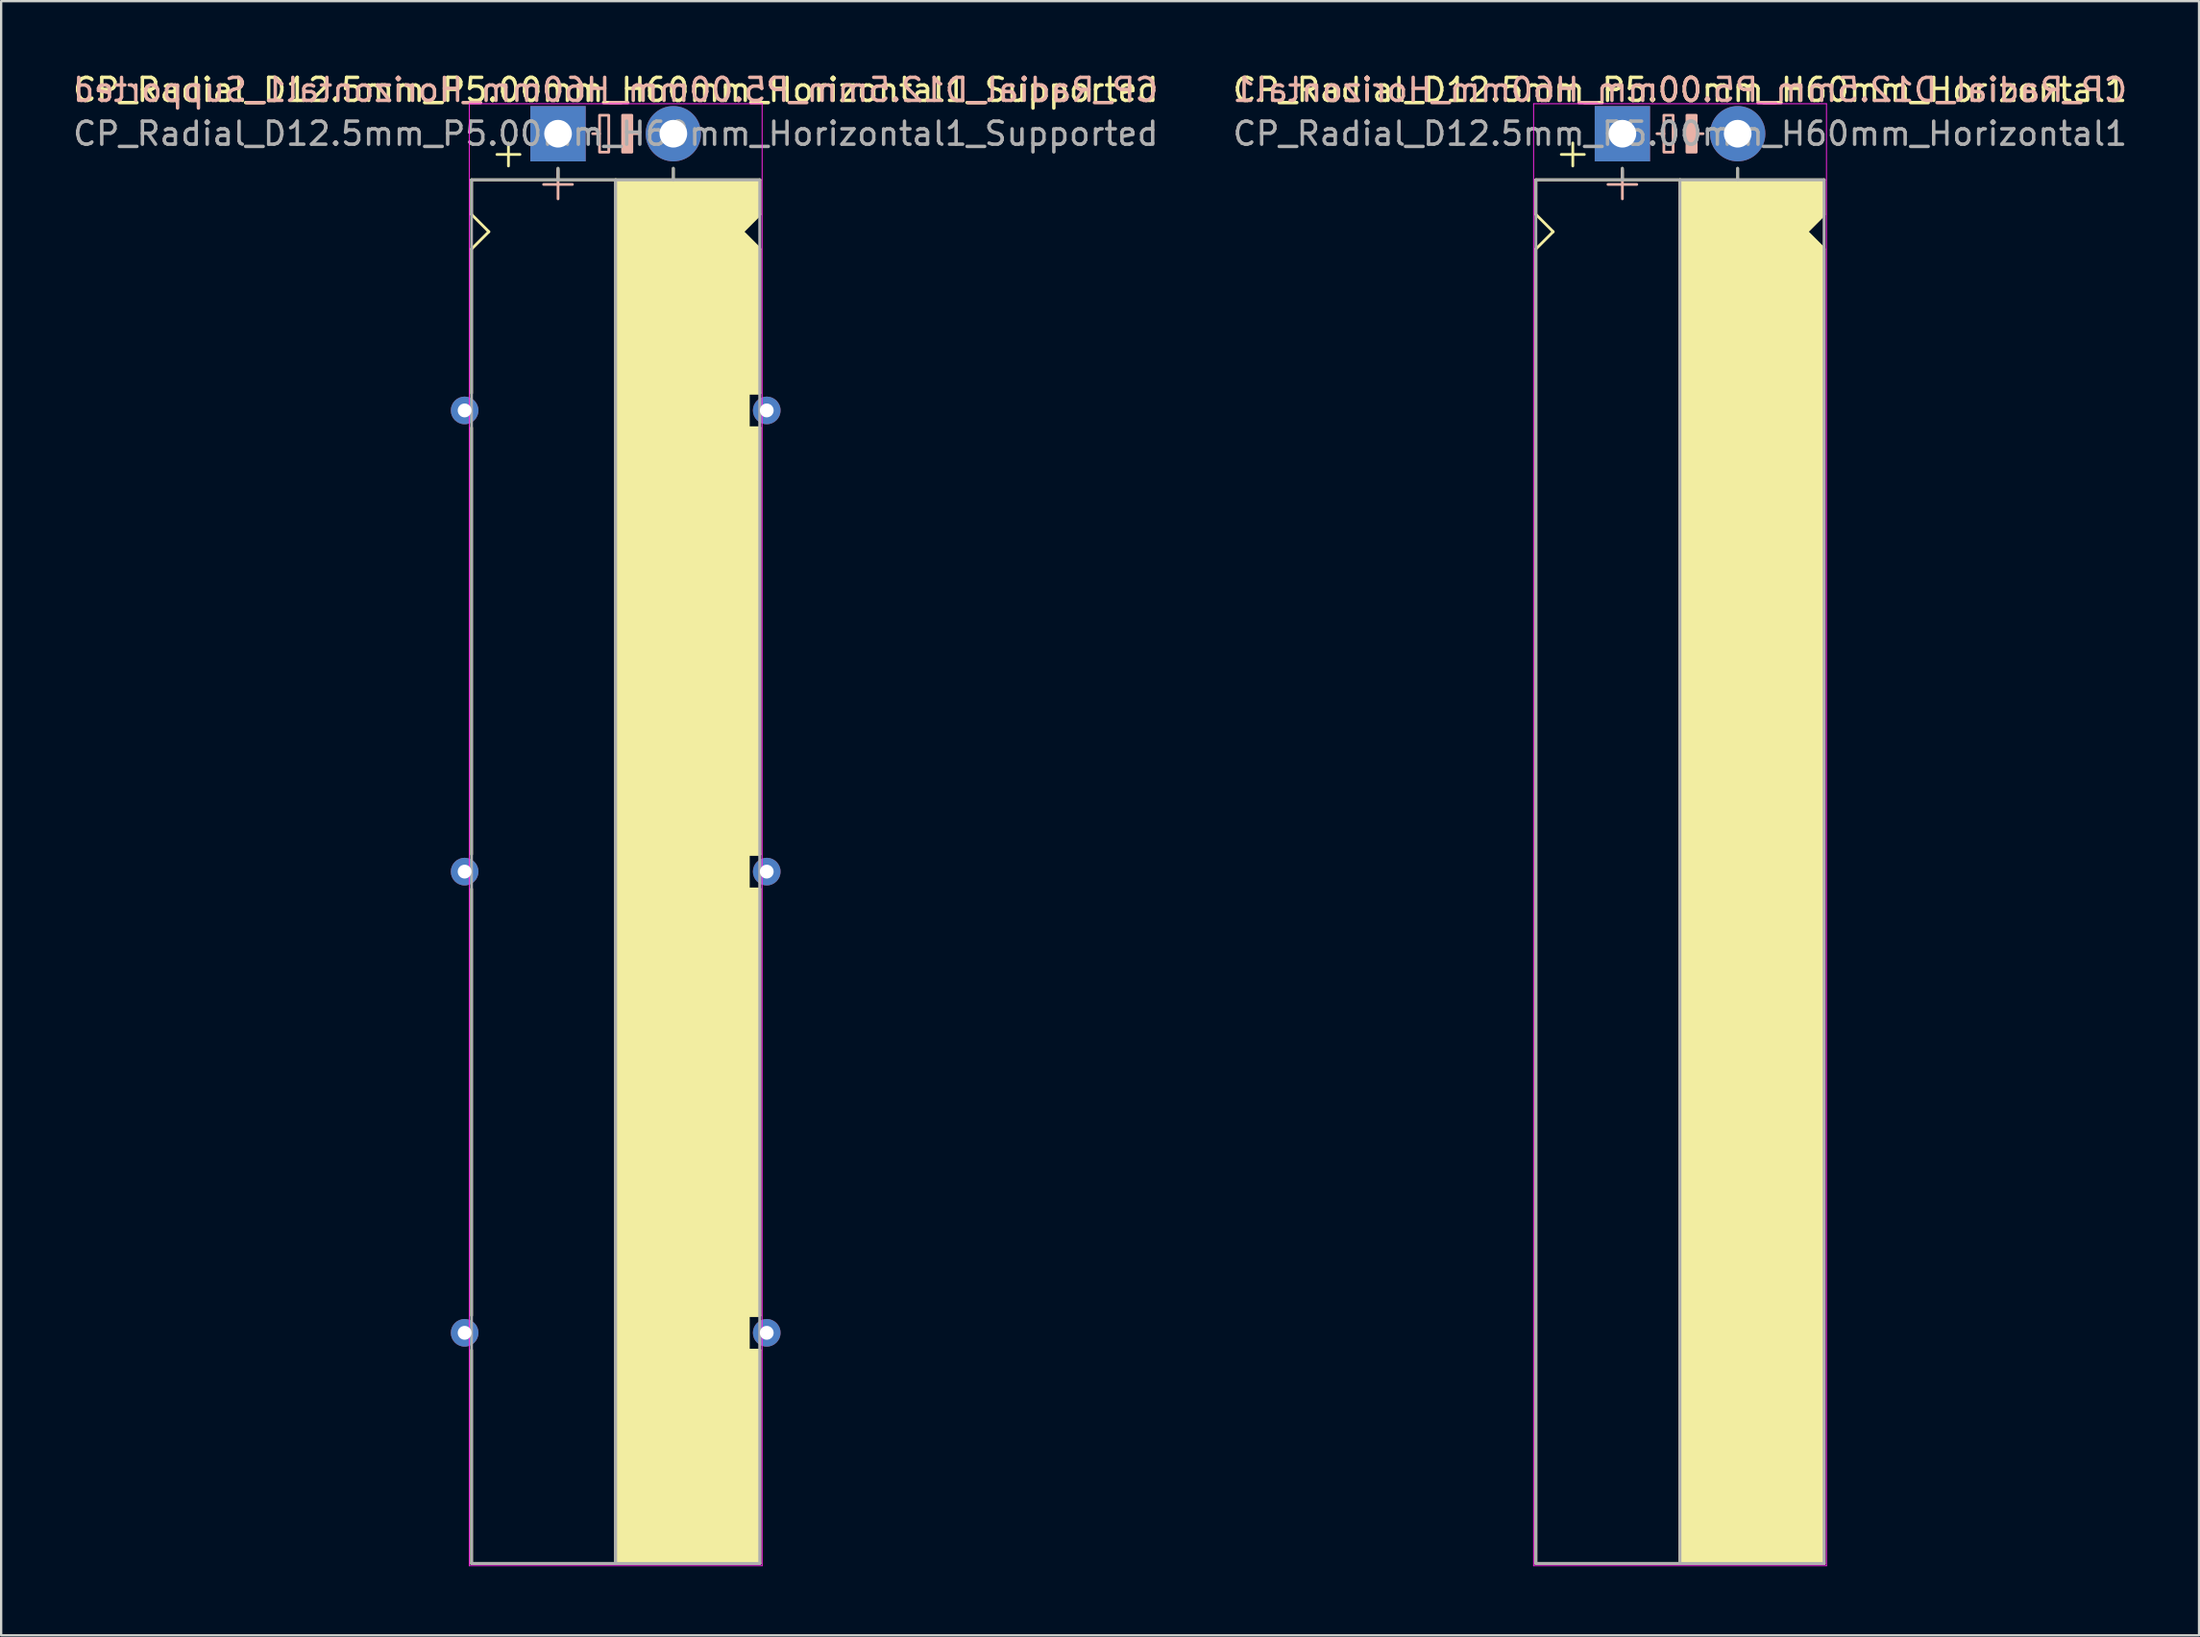
<source format=kicad_pcb>
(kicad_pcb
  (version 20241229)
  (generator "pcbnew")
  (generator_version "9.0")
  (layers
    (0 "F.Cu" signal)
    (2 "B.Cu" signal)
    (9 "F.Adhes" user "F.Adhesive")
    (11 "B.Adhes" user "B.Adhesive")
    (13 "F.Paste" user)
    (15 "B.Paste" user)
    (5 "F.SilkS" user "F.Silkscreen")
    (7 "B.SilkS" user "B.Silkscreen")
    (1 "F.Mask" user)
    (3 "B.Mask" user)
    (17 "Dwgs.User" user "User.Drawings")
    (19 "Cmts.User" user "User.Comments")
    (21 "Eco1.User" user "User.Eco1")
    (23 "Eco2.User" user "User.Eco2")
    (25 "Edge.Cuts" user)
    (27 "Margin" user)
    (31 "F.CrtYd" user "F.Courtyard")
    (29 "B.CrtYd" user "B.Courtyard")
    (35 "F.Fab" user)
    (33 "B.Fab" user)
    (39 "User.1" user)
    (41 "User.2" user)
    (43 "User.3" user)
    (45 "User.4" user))
  (footprint "CP_Radial_D12.5mm_P5.00mm_H60mm_Horizontal1"
    (layer "F.Cu")
    (at 67.304 2.748)
    (property "Reference" "CP_Radial_D12.5mm_P5.00mm_H60mm_Horizontal1" (at 2.5 -1.9 180) (layer "F.SilkS") (effects (font (size 1 1) (thickness 0.15))))
    (fp_line (start -3.75 2) (end -3.75 3.5) (stroke (width 0.12) (type solid)) (layer "F.SilkS"))
    (fp_line (start -3.75 3.5) (end -3 4.25) (stroke (width 0.12) (type solid)) (layer "F.SilkS"))
    (fp_line (start -3.75 5) (end -3.75 62) (stroke (width 0.12) (type solid)) (layer "F.SilkS"))
    (fp_line (start -3 4.25) (end -3.75 5) (stroke (width 0.12) (type solid)) (layer "F.SilkS"))
    (fp_line (start -2.15 0.4) (end -2.15 1.4) (stroke (width 0.12) (type solid)) (layer "F.SilkS"))
    (fp_line (start -1.65 0.9) (end -2.65 0.9) (stroke (width 0.12) (type solid)) (layer "F.SilkS"))
    (fp_line (start 0 1.5) (end 0 2) (stroke (width 0.12) (type solid)) (layer "F.SilkS"))
    (fp_line (start 2.5 2) (end -3.75 2) (stroke (width 0.12) (type solid)) (layer "F.SilkS"))
    (fp_line (start 2.5 2) (end 2.5 62) (stroke (width 0.12) (type solid)) (layer "F.SilkS"))
    (fp_line (start 2.5 2) (end 8.75 2) (stroke (width 0.12) (type solid)) (layer "F.SilkS"))
    (fp_line (start 5 1.5) (end 5 2) (stroke (width 0.12) (type solid)) (layer "F.SilkS"))
    (fp_line (start 8 4.25) (end 8.75 5) (stroke (width 0.12) (type solid)) (layer "F.SilkS"))
    (fp_line (start 8.75 2) (end 8.75 3.5) (stroke (width 0.12) (type solid)) (layer "F.SilkS"))
    (fp_line (start 8.75 3.5) (end 8 4.25) (stroke (width 0.12) (type solid)) (layer "F.SilkS"))
    (fp_line (start 8.75 5) (end 8.75 62) (stroke (width 0.12) (type solid)) (layer "F.SilkS"))
    (fp_line (start 8.75 62) (end -3.75 62) (stroke (width 0.12) (type solid)) (layer "F.SilkS"))
    (fp_poly (pts (xy 8.75 3.5) (xy 8 4.25) (xy 8.75 5) (xy 8.75 62) (xy 2.5 62) (xy 2.5 2) (xy 8.75 2)) (stroke (width 0.1) (type solid)) (fill yes) (layer "F.SilkS"))
    (fp_line (start 0 1.575) (end 0 2.825) (stroke (width 0.12) (type solid)) (layer "B.SilkS"))
    (fp_line (start 0.625 2.2) (end -0.625 2.2) (stroke (width 0.12) (type solid)) (layer "B.SilkS"))
    (fp_line (start 1.8 0) (end 1.5 0) (stroke (width 0.12) (type solid)) (layer "B.SilkS"))
    (fp_line (start 3.5 0) (end 3.2 0) (stroke (width 0.12) (type solid)) (layer "B.SilkS"))
    (fp_rect (start 2.2 -0.8) (end 1.8 0.8) (stroke (width 0.12) (type solid)) (fill no) (layer "B.SilkS"))
    (fp_rect (start 3.2 -0.8) (end 2.8 0.8) (stroke (width 0.12) (type solid)) (fill yes) (layer "B.SilkS"))
    (fp_line (start -3.85 -1.3) (end 8.85 -1.3) (stroke (width 0.04) (type solid)) (layer "F.CrtYd"))
    (fp_line (start -3.85 62.1) (end -3.85 -1.3) (stroke (width 0.04) (type solid)) (layer "F.CrtYd"))
    (fp_line (start 8.85 -1.3) (end 8.85 62.1) (stroke (width 0.04) (type solid)) (layer "F.CrtYd"))
    (fp_line (start 8.85 62.1) (end -3.85 62.1) (stroke (width 0.04) (type solid)) (layer "F.CrtYd"))
    (fp_line (start -3.75 2) (end -3.75 62) (stroke (width 0.12) (type solid)) (layer "F.Fab"))
    (fp_line (start -3.75 62) (end 8.75 62) (stroke (width 0.12) (type solid)) (layer "F.Fab"))
    (fp_line (start 0 1.5) (end 0 2) (stroke (width 0.12) (type solid)) (layer "F.Fab"))
    (fp_line (start 0 2) (end -3.75 2) (stroke (width 0.12) (type solid)) (layer "F.Fab"))
    (fp_line (start 2.5 2) (end 2.5 62) (stroke (width 0.12) (type solid)) (layer "F.Fab"))
    (fp_line (start 5 2) (end 5 1.5) (stroke (width 0.12) (type solid)) (layer "F.Fab"))
    (fp_line (start 8.75 2) (end 0 2) (stroke (width 0.12) (type solid)) (layer "F.Fab"))
    (fp_line (start 8.75 62) (end 8.75 2) (stroke (width 0.12) (type solid)) (layer "F.Fab"))
    (fp_poly (pts (xy 8.75 62) (xy 2.5 62) (xy 2.5 2) (xy 8.75 2)) (stroke (width 0.1) (type solid)) (fill no) (layer "F.Fab"))
    (fp_text user "${REFERENCE}" (at 2.5 -1.9 0) (layer "B.SilkS") (effects (font (size 1 1) (thickness 0.15)) (justify mirror)))
    (fp_text user "${REFERENCE}" (at 2.5 0 0) (layer "F.Fab") (effects (font (size 1 1) (thickness 0.15))))
    (pad "1" thru_hole rect (at 0 0) (size 2.4 2.4) (drill 1.2) (layers "*.Cu" "*.Mask"))
    (pad "2" thru_hole circle (at 5 0) (size 2.4 2.4) (drill 1.2) (layers "*.Cu" "*.Mask")))
  (footprint "CP_Radial_D12.5mm_P5.00mm_H60mm_Horizontal1_Supported"
    (layer "F.Cu")
    (at 21.149 2.748)
    (property "Reference" "CP_Radial_D12.5mm_P5.00mm_H60mm_Horizontal1_Supported" (at 2.5 -1.9 180) (layer "F.SilkS") (effects (font (size 1 1) (thickness 0.15))))
    (fp_line (start -3.75 2) (end -3.75 3.5) (stroke (width 0.12) (type solid)) (layer "F.SilkS"))
    (fp_line (start -3.75 3.5) (end -3 4.25) (stroke (width 0.12) (type solid)) (layer "F.SilkS"))
    (fp_line (start -3.75 5) (end -3.75 11.25) (stroke (width 0.12) (type solid)) (layer "F.SilkS"))
    (fp_line (start -3.75 12.75) (end -3.75 31.25) (stroke (width 0.12) (type solid)) (layer "F.SilkS"))
    (fp_line (start -3.75 32.75) (end -3.75 51.25) (stroke (width 0.12) (type solid)) (layer "F.SilkS"))
    (fp_line (start -3.75 62) (end -3.75 52.75) (stroke (width 0.12) (type solid)) (layer "F.SilkS"))
    (fp_line (start -3 4.25) (end -3.75 5) (stroke (width 0.12) (type solid)) (layer "F.SilkS"))
    (fp_line (start -2.15 0.4) (end -2.15 1.4) (stroke (width 0.12) (type solid)) (layer "F.SilkS"))
    (fp_line (start -1.65 0.9) (end -2.65 0.9) (stroke (width 0.12) (type solid)) (layer "F.SilkS"))
    (fp_line (start 0 1.5) (end 0 2) (stroke (width 0.12) (type solid)) (layer "F.SilkS"))
    (fp_line (start 2.5 2) (end -3.75 2) (stroke (width 0.12) (type solid)) (layer "F.SilkS"))
    (fp_line (start 2.5 2) (end 2.5 62) (stroke (width 0.12) (type solid)) (layer "F.SilkS"))
    (fp_line (start 2.5 2) (end 8.75 2) (stroke (width 0.12) (type solid)) (layer "F.SilkS"))
    (fp_line (start 5 1.5) (end 5 2) (stroke (width 0.12) (type solid)) (layer "F.SilkS"))
    (fp_line (start 8 4.25) (end 8.75 5) (stroke (width 0.12) (type solid)) (layer "F.SilkS"))
    (fp_line (start 8.25 11.25) (end 8.75 11.25) (stroke (width 0.12) (type solid)) (layer "F.SilkS"))
    (fp_line (start 8.25 12.75) (end 8.25 11.25) (stroke (width 0.12) (type solid)) (layer "F.SilkS"))
    (fp_line (start 8.25 31.25) (end 8.75 31.25) (stroke (width 0.12) (type solid)) (layer "F.SilkS"))
    (fp_line (start 8.25 32.75) (end 8.25 31.25) (stroke (width 0.12) (type solid)) (layer "F.SilkS"))
    (fp_line (start 8.25 51.25) (end 8.75 51.25) (stroke (width 0.12) (type solid)) (layer "F.SilkS"))
    (fp_line (start 8.25 52.75) (end 8.25 51.25) (stroke (width 0.12) (type solid)) (layer "F.SilkS"))
    (fp_line (start 8.75 2) (end 8.75 3.5) (stroke (width 0.12) (type solid)) (layer "F.SilkS"))
    (fp_line (start 8.75 3.5) (end 8 4.25) (stroke (width 0.12) (type solid)) (layer "F.SilkS"))
    (fp_line (start 8.75 5) (end 8.75 11.25) (stroke (width 0.12) (type solid)) (layer "F.SilkS"))
    (fp_line (start 8.75 12.75) (end 8.25 12.75) (stroke (width 0.12) (type solid)) (layer "F.SilkS"))
    (fp_line (start 8.75 12.75) (end 8.75 31.25) (stroke (width 0.12) (type solid)) (layer "F.SilkS"))
    (fp_line (start 8.75 32.75) (end 8.25 32.75) (stroke (width 0.12) (type solid)) (layer "F.SilkS"))
    (fp_line (start 8.75 51.25) (end 8.75 32.75) (stroke (width 0.12) (type solid)) (layer "F.SilkS"))
    (fp_line (start 8.75 52.75) (end 8.25 52.75) (stroke (width 0.12) (type solid)) (layer "F.SilkS"))
    (fp_line (start 8.75 62) (end -3.75 62) (stroke (width 0.12) (type solid)) (layer "F.SilkS"))
    (fp_line (start 8.75 62) (end 8.75 52.75) (stroke (width 0.12) (type solid)) (layer "F.SilkS"))
    (fp_poly (pts (xy 8.75 3.5) (xy 8 4.25) (xy 8.75 5) (xy 8.75 11.25) (xy 8.25 11.25) (xy 8.25 12.75) (xy 8.75 12.75) (xy 8.75 31.25) (xy 8.25 31.25) (xy 8.25 32.75) (xy 8.75 32.75) (xy 8.75 51.25) (xy 8.25 51.25) (xy 8.25 52.75) (xy 8.75 52.75) (xy 8.75 62) (xy 2.5 62) (xy 2.5 2) (xy 8.75 2)) (stroke (width 0.1) (type solid)) (fill yes) (layer "F.SilkS"))
    (fp_line (start 0 1.575) (end 0 2.825) (stroke (width 0.12) (type solid)) (layer "B.SilkS"))
    (fp_line (start 0.625 2.2) (end -0.625 2.2) (stroke (width 0.12) (type solid)) (layer "B.SilkS"))
    (fp_line (start 1.8 0) (end 1.5 0) (stroke (width 0.12) (type solid)) (layer "B.SilkS"))
    (fp_line (start 3.5 0) (end 3.2 0) (stroke (width 0.12) (type solid)) (layer "B.SilkS"))
    (fp_rect (start 2.2 -0.8) (end 1.8 0.8) (stroke (width 0.12) (type solid)) (fill no) (layer "B.SilkS"))
    (fp_rect (start 3.2 -0.8) (end 2.8 0.8) (stroke (width 0.12) (type solid)) (fill yes) (layer "B.SilkS"))
    (fp_line (start -3.85 -1.3) (end 8.85 -1.3) (stroke (width 0.04) (type solid)) (layer "F.CrtYd"))
    (fp_line (start -3.85 62.1) (end -3.85 -1.3) (stroke (width 0.04) (type solid)) (layer "F.CrtYd"))
    (fp_line (start 8.85 -1.3) (end 8.85 62.1) (stroke (width 0.04) (type solid)) (layer "F.CrtYd"))
    (fp_line (start 8.85 62.1) (end -3.85 62.1) (stroke (width 0.04) (type solid)) (layer "F.CrtYd"))
    (fp_line (start -3.75 2) (end -3.75 62) (stroke (width 0.12) (type solid)) (layer "F.Fab"))
    (fp_line (start -3.75 62) (end 8.75 62) (stroke (width 0.12) (type solid)) (layer "F.Fab"))
    (fp_line (start 0 1.5) (end 0 2) (stroke (width 0.12) (type solid)) (layer "F.Fab"))
    (fp_line (start 0 2) (end -3.75 2) (stroke (width 0.12) (type solid)) (layer "F.Fab"))
    (fp_line (start 2.5 2) (end 2.5 62) (stroke (width 0.12) (type solid)) (layer "F.Fab"))
    (fp_line (start 5 2) (end 5 1.5) (stroke (width 0.12) (type solid)) (layer "F.Fab"))
    (fp_line (start 8.75 2) (end 0 2) (stroke (width 0.12) (type solid)) (layer "F.Fab"))
    (fp_line (start 8.75 62) (end 8.75 2) (stroke (width 0.12) (type solid)) (layer "F.Fab"))
    (fp_poly (pts (xy 8.75 62) (xy 2.5 62) (xy 2.5 2) (xy 8.75 2)) (stroke (width 0.1) (type solid)) (fill no) (layer "F.Fab"))
    (fp_text user "${REFERENCE}" (at 2.5 -1.9 0) (layer "B.SilkS") (effects (font (size 1 1) (thickness 0.15)) (justify mirror)))
    (fp_text user "${REFERENCE}" (at 2.5 0 0) (layer "F.Fab") (effects (font (size 1 1) (thickness 0.15))))
    (pad "1" thru_hole rect (at 0 0) (size 2.4 2.4) (drill 1.2) (layers "*.Cu" "*.Mask"))
    (pad "2" thru_hole circle (at 5 0) (size 2.4 2.4) (drill 1.2) (layers "*.Cu" "*.Mask"))
    (pad "~" thru_hole circle (at -4.05 12) (size 1.2 1.2) (drill 0.6) (layers "*.Cu" "*.Mask"))
    (pad "~" thru_hole circle (at -4.05 32) (size 1.2 1.2) (drill 0.6) (layers "*.Cu" "*.Mask"))
    (pad "~" thru_hole circle (at -4.05 52) (size 1.2 1.2) (drill 0.6) (layers "*.Cu" "*.Mask"))
    (pad "~" thru_hole circle (at 9.05 12) (size 1.2 1.2) (drill 0.6) (layers "*.Cu" "*.Mask"))
    (pad "~" thru_hole circle (at 9.05 32) (size 1.2 1.2) (drill 0.6) (layers "*.Cu" "*.Mask"))
    (pad "~" thru_hole circle (at 9.05 52) (size 1.2 1.2) (drill 0.6) (layers "*.Cu" "*.Mask")))
  (gr_rect
    (start -3 -3)
    (end 92.31 67.868)
    (stroke (width 0.1) (type default))
    (fill no)
    (layer "Edge.Cuts")))
</source>
